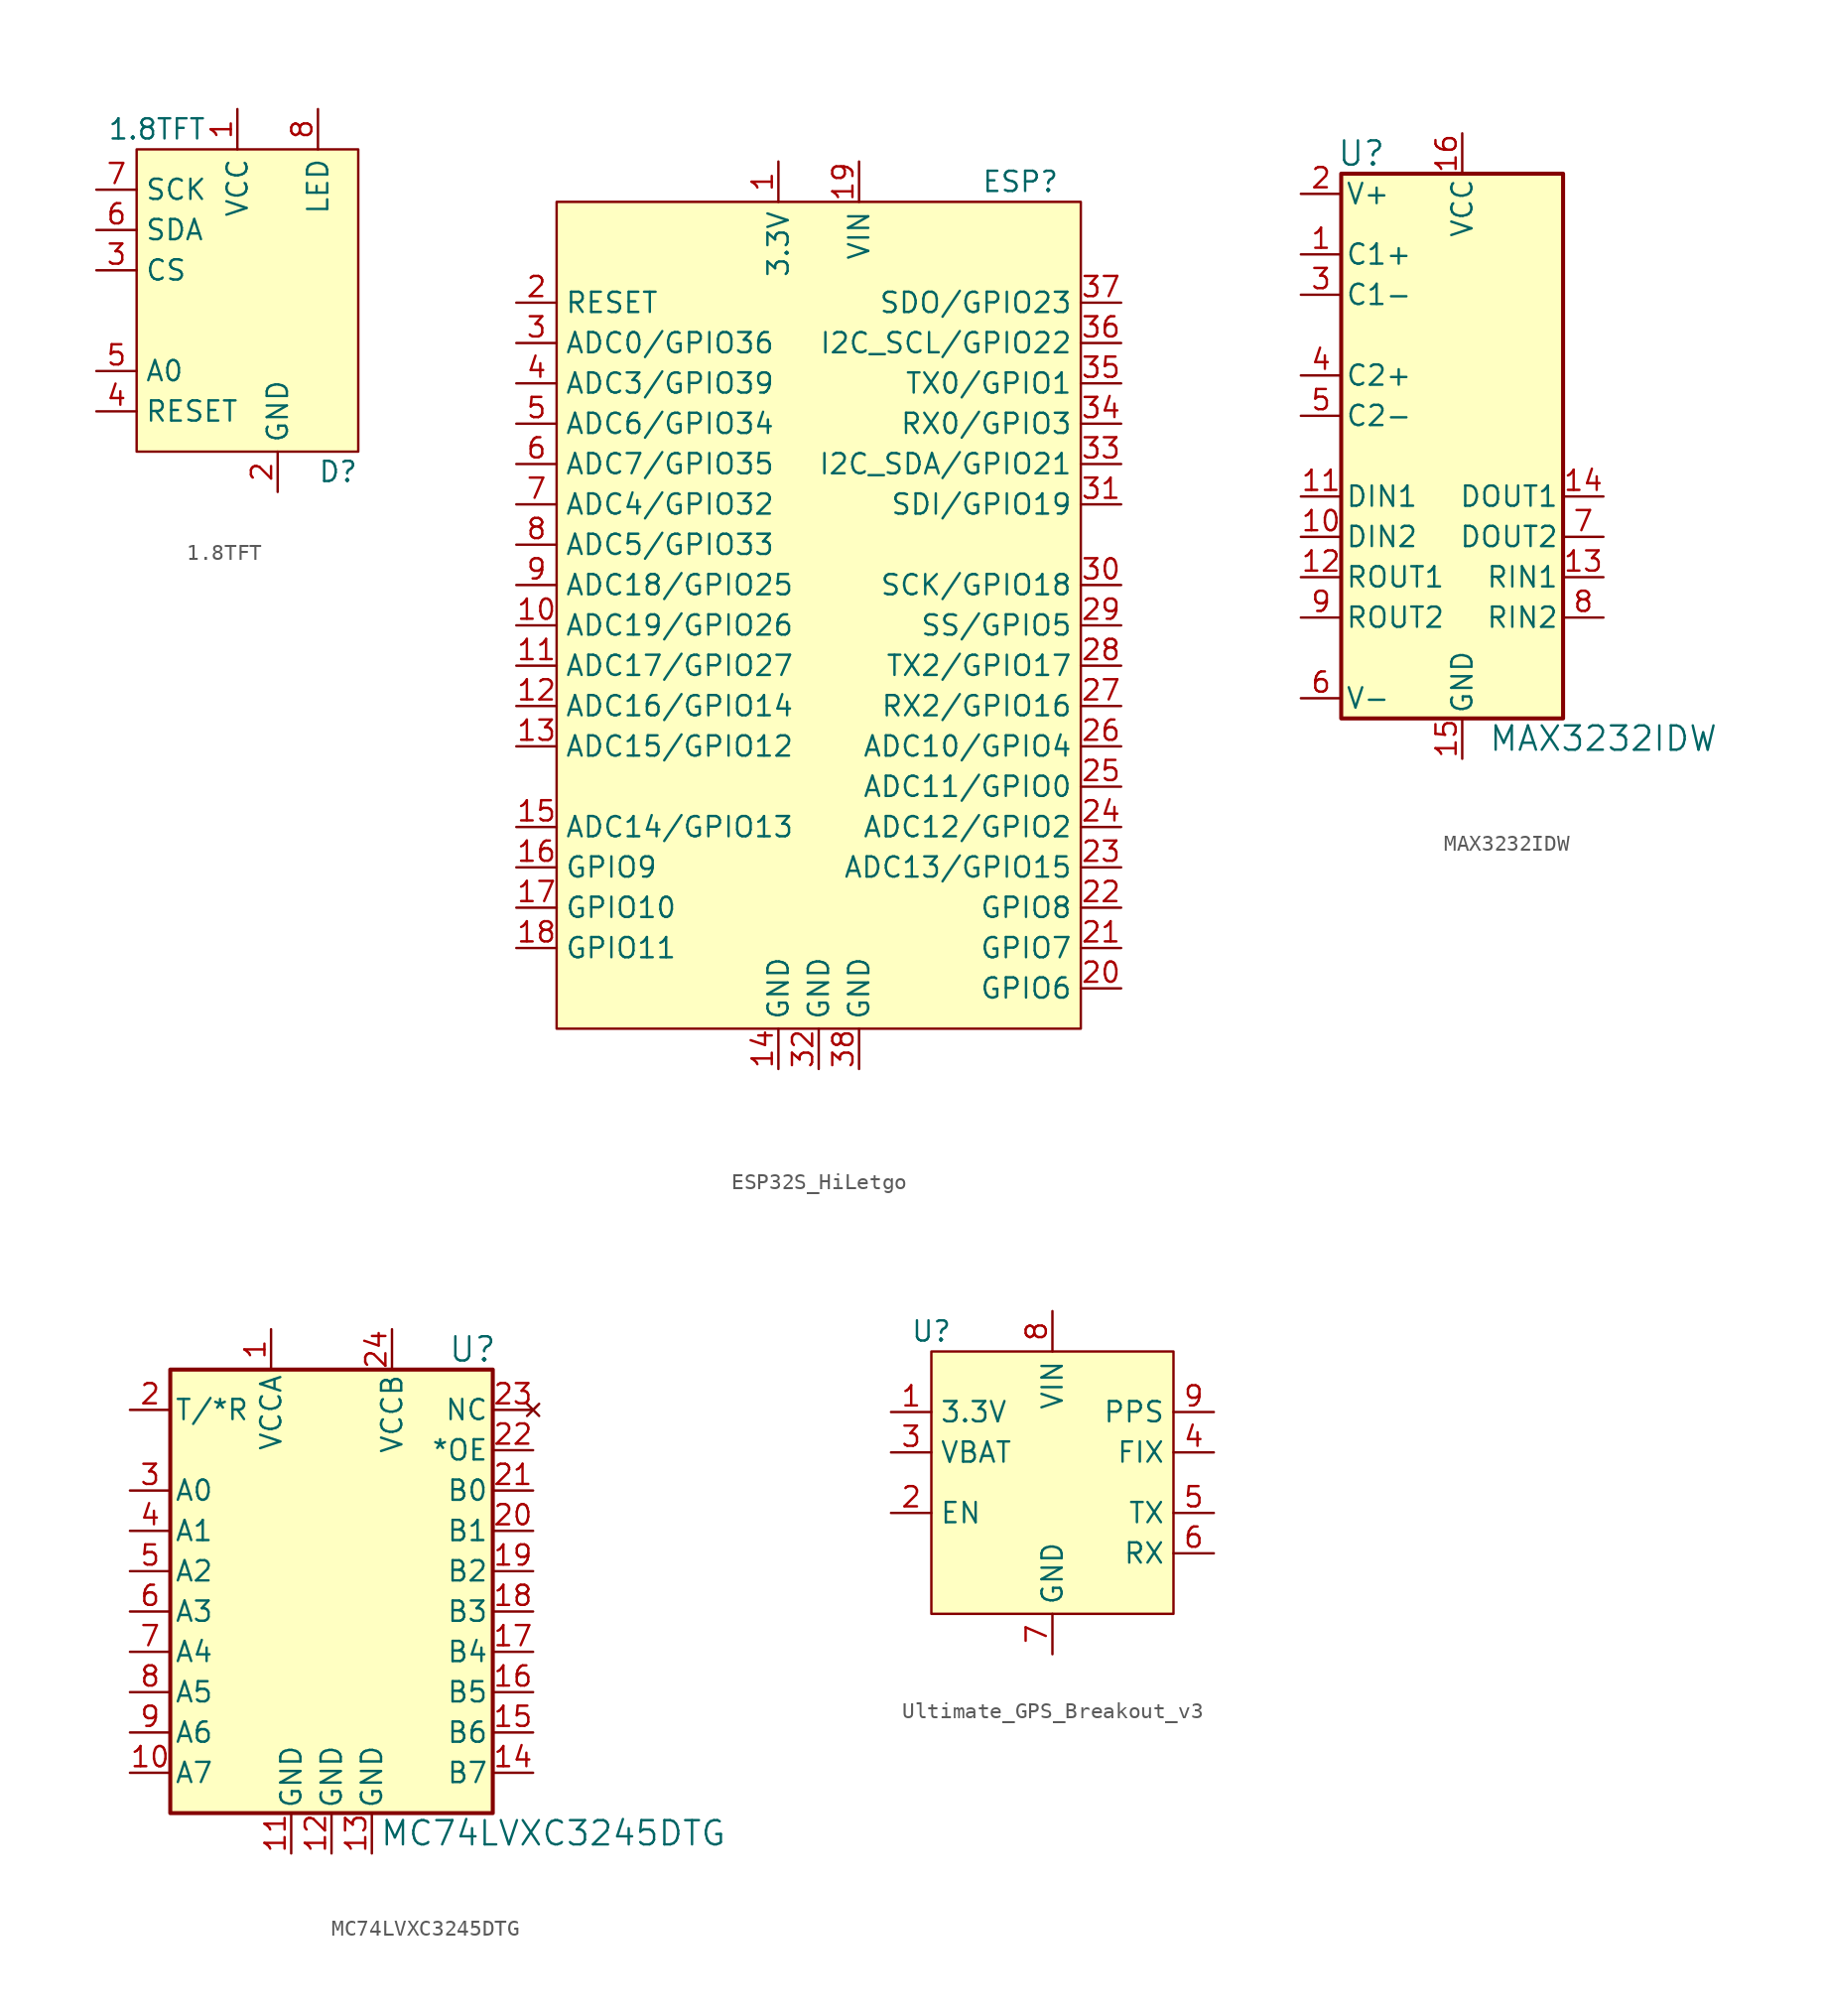
<source format=kicad_sym>
(kicad_symbol_lib
  (version 20220914)
  (generator kicad_symbol_editor)
  (symbol "1.8TFT"
    (property "Reference" "D"
      (at 5.08 -10.16 0)
      (effects (font (size 1.27 1.27))))
    (property "Value" "1.8TFT"
      (at -6.35 11.43 0)
      (effects (font (size 1.27 1.27))))
    (symbol "1.8TFT_0_1"
      (rectangle (start -7.62 10.16) (end 6.35 -8.89) (stroke (width 0) (type default)) (fill (type background))))
    (symbol "1.8TFT_1_1"
      (pin input line (at -1.27 12.7 270) (length 2.54) (name "VCC" (effects (font (size 1.27 1.27)))) (number "1" (effects (font (size 1.27 1.27)))))
      (pin input line (at 1.27 -11.43 90) (length 2.54) (name "GND" (effects (font (size 1.27 1.27)))) (number "2" (effects (font (size 1.27 1.27)))))
      (pin input line (at -10.16 2.54 0) (length 2.54) (name "CS" (effects (font (size 1.27 1.27)))) (number "3" (effects (font (size 1.27 1.27)))))
      (pin input line (at -10.16 -6.35 0) (length 2.54) (name "RESET" (effects (font (size 1.27 1.27)))) (number "4" (effects (font (size 1.27 1.27)))))
      (pin input line (at -10.16 -3.81 0) (length 2.54) (name "A0" (effects (font (size 1.27 1.27)))) (number "5" (effects (font (size 1.27 1.27)))))
      (pin input line (at -10.16 5.08 0) (length 2.54) (name "SDA" (effects (font (size 1.27 1.27)))) (number "6" (effects (font (size 1.27 1.27)))))
      (pin input line (at -10.16 7.62 0) (length 2.54) (name "SCK" (effects (font (size 1.27 1.27)))) (number "7" (effects (font (size 1.27 1.27)))))
      (pin input line (at 3.81 12.7 270) (length 2.54) (name "LED" (effects (font (size 1.27 1.27)))) (number "8" (effects (font (size 1.27 1.27)))))))
  (symbol "ESP32S_HiLetgo"
    (property "Reference" "ESP"
      (at 12.7 25.4 0)
      (effects (font (size 1.27 1.27))))
    (property "Value" ""
      (at 0 0 0)
      (effects (font (size 1.27 1.27))))
    (symbol "ESP32S_HiLetgo_0_0"
      (pin input line (at -19.05 17.78 0) (length 2.54) (name "RESET" (effects (font (size 1.27 1.27)))) (number "2" (effects (font (size 1.27 1.27)))))
      (pin bidirectional line (at -19.05 15.24 0) (length 2.54) (name "ADC0/GPIO36" (effects (font (size 1.27 1.27)))) (number "3" (effects (font (size 1.27 1.27)))))
      (pin bidirectional line (at -19.05 12.7 0) (length 2.54) (name "ADC3/GPIO39" (effects (font (size 1.27 1.27)))) (number "4" (effects (font (size 1.27 1.27)))))
      (pin bidirectional line (at -19.05 10.16 0) (length 2.54) (name "ADC6/GPIO34" (effects (font (size 1.27 1.27)))) (number "5" (effects (font (size 1.27 1.27)))))
      (pin bidirectional line (at -19.05 7.62 0) (length 2.54) (name "ADC7/GPIO35" (effects (font (size 1.27 1.27)))) (number "6" (effects (font (size 1.27 1.27))))))
    (symbol "ESP32S_HiLetgo_1_0"
      (pin power_out line (at -2.54 26.67 270) (length 2.54) (name "3.3V" (effects (font (size 1.27 1.27)))) (number "1" (effects (font (size 1.27 1.27)))))
      (pin bidirectional line (at -19.05 -2.54 0) (length 2.54) (name "ADC19/GPIO26" (effects (font (size 1.27 1.27)))) (number "10" (effects (font (size 1.27 1.27)))))
      (pin bidirectional line (at -19.05 -5.08 0) (length 2.54) (name "ADC17/GPIO27" (effects (font (size 1.27 1.27)))) (number "11" (effects (font (size 1.27 1.27)))))
      (pin bidirectional line (at -19.05 -7.62 0) (length 2.54) (name "ADC16/GPIO14" (effects (font (size 1.27 1.27)))) (number "12" (effects (font (size 1.27 1.27)))))
      (pin bidirectional line (at -19.05 -10.16 0) (length 2.54) (name "ADC15/GPIO12" (effects (font (size 1.27 1.27)))) (number "13" (effects (font (size 1.27 1.27)))))
      (pin power_in line (at -2.54 -30.48 90) (length 2.54) (name "GND" (effects (font (size 1.27 1.27)))) (number "14" (effects (font (size 1.27 1.27)))))
      (pin bidirectional line (at -19.05 -15.24 0) (length 2.54) (name "ADC14/GPIO13" (effects (font (size 1.27 1.27)))) (number "15" (effects (font (size 1.27 1.27)))))
      (pin bidirectional line (at -19.05 -17.78 0) (length 2.54) (name "GPIO9" (effects (font (size 1.27 1.27)))) (number "16" (effects (font (size 1.27 1.27)))))
      (pin bidirectional line (at -19.05 -20.32 0) (length 2.54) (name "GPIO10" (effects (font (size 1.27 1.27)))) (number "17" (effects (font (size 1.27 1.27)))))
      (pin bidirectional line (at -19.05 -22.86 0) (length 2.54) (name "GPIO11" (effects (font (size 1.27 1.27)))) (number "18" (effects (font (size 1.27 1.27)))))
      (pin power_in line (at 2.54 26.67 270) (length 2.54) (name "VIN" (effects (font (size 1.27 1.27)))) (number "19" (effects (font (size 1.27 1.27)))))
      (pin bidirectional line (at 19.05 -25.4 180) (length 2.54) (name "GPIO6" (effects (font (size 1.27 1.27)))) (number "20" (effects (font (size 1.27 1.27)))))
      (pin bidirectional line (at 19.05 -22.86 180) (length 2.54) (name "GPIO7" (effects (font (size 1.27 1.27)))) (number "21" (effects (font (size 1.27 1.27)))))
      (pin bidirectional line (at 19.05 -20.32 180) (length 2.54) (name "GPIO8" (effects (font (size 1.27 1.27)))) (number "22" (effects (font (size 1.27 1.27)))))
      (pin bidirectional line (at 19.05 -17.78 180) (length 2.54) (name "ADC13/GPIO15" (effects (font (size 1.27 1.27)))) (number "23" (effects (font (size 1.27 1.27)))))
      (pin bidirectional line (at 19.05 -15.24 180) (length 2.54) (name "ADC12/GPIO2" (effects (font (size 1.27 1.27)))) (number "24" (effects (font (size 1.27 1.27)))))
      (pin bidirectional line (at 19.05 -12.7 180) (length 2.54) (name "ADC11/GPIO0" (effects (font (size 1.27 1.27)))) (number "25" (effects (font (size 1.27 1.27)))))
      (pin bidirectional line (at 19.05 -10.16 180) (length 2.54) (name "ADC10/GPIO4" (effects (font (size 1.27 1.27)))) (number "26" (effects (font (size 1.27 1.27)))))
      (pin bidirectional line (at 19.05 -7.62 180) (length 2.54) (name "RX2/GPIO16" (effects (font (size 1.27 1.27)))) (number "27" (effects (font (size 1.27 1.27)))))
      (pin bidirectional line (at 19.05 -5.08 180) (length 2.54) (name "TX2/GPIO17" (effects (font (size 1.27 1.27)))) (number "28" (effects (font (size 1.27 1.27)))))
      (pin bidirectional line (at 19.05 -2.54 180) (length 2.54) (name "SS/GPIO5" (effects (font (size 1.27 1.27)))) (number "29" (effects (font (size 1.27 1.27)))))
      (pin bidirectional line (at 19.05 0 180) (length 2.54) (name "SCK/GPIO18" (effects (font (size 1.27 1.27)))) (number "30" (effects (font (size 1.27 1.27)))))
      (pin bidirectional line (at 19.05 5.08 180) (length 2.54) (name "SDI/GPIO19" (effects (font (size 1.27 1.27)))) (number "31" (effects (font (size 1.27 1.27)))))
      (pin power_in line (at 0 -30.48 90) (length 2.54) (name "GND" (effects (font (size 1.27 1.27)))) (number "32" (effects (font (size 1.27 1.27)))))
      (pin bidirectional line (at 19.05 7.62 180) (length 2.54) (name "I2C_SDA/GPIO21" (effects (font (size 1.27 1.27)))) (number "33" (effects (font (size 1.27 1.27)))))
      (pin bidirectional line (at 19.05 10.16 180) (length 2.54) (name "RX0/GPIO3" (effects (font (size 1.27 1.27)))) (number "34" (effects (font (size 1.27 1.27)))))
      (pin bidirectional line (at 19.05 12.7 180) (length 2.54) (name "TX0/GPIO1" (effects (font (size 1.27 1.27)))) (number "35" (effects (font (size 1.27 1.27)))))
      (pin bidirectional line (at 19.05 15.24 180) (length 2.54) (name "I2C_SCL/GPIO22" (effects (font (size 1.27 1.27)))) (number "36" (effects (font (size 1.27 1.27)))))
      (pin bidirectional line (at 19.05 17.78 180) (length 2.54) (name "SDO/GPIO23" (effects (font (size 1.27 1.27)))) (number "37" (effects (font (size 1.27 1.27)))))
      (pin power_in line (at 2.54 -30.48 90) (length 2.54) (name "GND" (effects (font (size 1.27 1.27)))) (number "38" (effects (font (size 1.27 1.27)))))
      (pin bidirectional line (at -19.05 5.08 0) (length 2.54) (name "ADC4/GPIO32" (effects (font (size 1.27 1.27)))) (number "7" (effects (font (size 1.27 1.27)))))
      (pin bidirectional line (at -19.05 2.54 0) (length 2.54) (name "ADC5/GPIO33" (effects (font (size 1.27 1.27)))) (number "8" (effects (font (size 1.27 1.27)))))
      (pin bidirectional line (at -19.05 0 0) (length 2.54) (name "ADC18/GPIO25" (effects (font (size 1.27 1.27)))) (number "9" (effects (font (size 1.27 1.27))))))
    (symbol "ESP32S_HiLetgo_1_1"
      (rectangle (start -16.51 24.13) (end 16.51 -27.94) (stroke (width 0) (type default)) (fill (type background)))))
  (symbol "MAX3232IDW"
    (pin_names
      (offset 0.254))
    (property "Reference" "U"
      (at 3.81 3.81 0)
      (effects (font (size 1.524 1.524))))
    (property "Value" "MAX3232IDW"
      (at 19.05 -33.02 0)
      (effects (font (size 1.524 1.524))))
    (property "Datasheet" ""
      (at 0 -2.54 0)
      (effects (font (size 1.524 1.524))))
    (symbol "MAX3232IDW_1_1"
      (rectangle (start 2.54 2.54) (end 16.51 -31.75) (stroke (width 0.254) (type default)) (fill (type background)))
      (pin bidirectional line (at 0 -2.54 0) (length 2.54) (name "C1+" (effects (font (size 1.27 1.27)))) (number "1" (effects (font (size 1.27 1.27)))))
      (pin input line (at 0 -20.32 0) (length 2.54) (name "DIN2" (effects (font (size 1.27 1.27)))) (number "10" (effects (font (size 1.27 1.27)))))
      (pin input line (at 0 -17.78 0) (length 2.54) (name "DIN1" (effects (font (size 1.27 1.27)))) (number "11" (effects (font (size 1.27 1.27)))))
      (pin output line (at 0 -22.86 0) (length 2.54) (name "ROUT1" (effects (font (size 1.27 1.27)))) (number "12" (effects (font (size 1.27 1.27)))))
      (pin input line (at 19.05 -22.86 180) (length 2.54) (name "RIN1" (effects (font (size 1.27 1.27)))) (number "13" (effects (font (size 1.27 1.27)))))
      (pin output line (at 19.05 -17.78 180) (length 2.54) (name "DOUT1" (effects (font (size 1.27 1.27)))) (number "14" (effects (font (size 1.27 1.27)))))
      (pin power_in line (at 10.16 -34.29 90) (length 2.54) (name "GND" (effects (font (size 1.27 1.27)))) (number "15" (effects (font (size 1.27 1.27)))))
      (pin power_in line (at 10.16 5.08 270) (length 2.54) (name "VCC" (effects (font (size 1.27 1.27)))) (number "16" (effects (font (size 1.27 1.27)))))
      (pin bidirectional line (at 0 1.27 0) (length 2.54) (name "V+" (effects (font (size 1.27 1.27)))) (number "2" (effects (font (size 1.27 1.27)))))
      (pin bidirectional line (at 0 -5.08 0) (length 2.54) (name "C1-" (effects (font (size 1.27 1.27)))) (number "3" (effects (font (size 1.27 1.27)))))
      (pin bidirectional line (at 0 -10.16 0) (length 2.54) (name "C2+" (effects (font (size 1.27 1.27)))) (number "4" (effects (font (size 1.27 1.27)))))
      (pin bidirectional line (at 0 -12.7 0) (length 2.54) (name "C2-" (effects (font (size 1.27 1.27)))) (number "5" (effects (font (size 1.27 1.27)))))
      (pin bidirectional line (at 0 -30.48 0) (length 2.54) (name "V-" (effects (font (size 1.27 1.27)))) (number "6" (effects (font (size 1.27 1.27)))))
      (pin output line (at 19.05 -20.32 180) (length 2.54) (name "DOUT2" (effects (font (size 1.27 1.27)))) (number "7" (effects (font (size 1.27 1.27)))))
      (pin input line (at 19.05 -25.4 180) (length 2.54) (name "RIN2" (effects (font (size 1.27 1.27)))) (number "8" (effects (font (size 1.27 1.27)))))
      (pin output line (at 0 -25.4 0) (length 2.54) (name "ROUT2" (effects (font (size 1.27 1.27)))) (number "9" (effects (font (size 1.27 1.27)))))))
  (symbol "MC74LVXC3245DTG"
    (pin_names
      (offset 0.254))
    (property "Reference" "U"
      (at 8.89 15.24 0)
      (effects (font (size 1.524 1.524))))
    (property "Value" "MC74LVXC3245DTG"
      (at 13.97 -15.24 0)
      (effects (font (size 1.524 1.524))))
    (property "Datasheet" ""
      (at -9.525 1.27 0)
      (effects (font (size 1.524 1.524))))
    (symbol "MC74LVXC3245DTG_1_1"
      (rectangle (start -10.16 13.97) (end 10.16 -13.97) (stroke (width 0.254) (type default)) (fill (type background)))
      (pin power_in line (at -3.81 16.51 270) (length 2.54) (name "VCCA" (effects (font (size 1.27 1.27)))) (number "1" (effects (font (size 1.27 1.27)))))
      (pin bidirectional line (at -12.7 -11.43 0) (length 2.54) (name "A7" (effects (font (size 1.27 1.27)))) (number "10" (effects (font (size 1.27 1.27)))))
      (pin power_in line (at -2.54 -16.51 90) (length 2.54) (name "GND" (effects (font (size 1.27 1.27)))) (number "11" (effects (font (size 1.27 1.27)))))
      (pin power_in line (at 0 -16.51 90) (length 2.54) (name "GND" (effects (font (size 1.27 1.27)))) (number "12" (effects (font (size 1.27 1.27)))))
      (pin power_in line (at 2.54 -16.51 90) (length 2.54) (name "GND" (effects (font (size 1.27 1.27)))) (number "13" (effects (font (size 1.27 1.27)))))
      (pin bidirectional line (at 12.7 -11.43 180) (length 2.54) (name "B7" (effects (font (size 1.27 1.27)))) (number "14" (effects (font (size 1.27 1.27)))))
      (pin bidirectional line (at 12.7 -8.89 180) (length 2.54) (name "B6" (effects (font (size 1.27 1.27)))) (number "15" (effects (font (size 1.27 1.27)))))
      (pin bidirectional line (at 12.7 -6.35 180) (length 2.54) (name "B5" (effects (font (size 1.27 1.27)))) (number "16" (effects (font (size 1.27 1.27)))))
      (pin bidirectional line (at 12.7 -3.81 180) (length 2.54) (name "B4" (effects (font (size 1.27 1.27)))) (number "17" (effects (font (size 1.27 1.27)))))
      (pin bidirectional line (at 12.7 -1.27 180) (length 2.54) (name "B3" (effects (font (size 1.27 1.27)))) (number "18" (effects (font (size 1.27 1.27)))))
      (pin bidirectional line (at 12.7 1.27 180) (length 2.54) (name "B2" (effects (font (size 1.27 1.27)))) (number "19" (effects (font (size 1.27 1.27)))))
      (pin input line (at -12.7 11.43 0) (length 2.54) (name "T/*R" (effects (font (size 1.27 1.27)))) (number "2" (effects (font (size 1.27 1.27)))))
      (pin bidirectional line (at 12.7 3.81 180) (length 2.54) (name "B1" (effects (font (size 1.27 1.27)))) (number "20" (effects (font (size 1.27 1.27)))))
      (pin bidirectional line (at 12.7 6.35 180) (length 2.54) (name "B0" (effects (font (size 1.27 1.27)))) (number "21" (effects (font (size 1.27 1.27)))))
      (pin bidirectional line (at 12.7 8.89 180) (length 2.54) (name "*OE" (effects (font (size 1.27 1.27)))) (number "22" (effects (font (size 1.27 1.27)))))
      (pin no_connect line (at 12.7 11.43 180) (length 2.54) (name "NC" (effects (font (size 1.27 1.27)))) (number "23" (effects (font (size 1.27 1.27)))))
      (pin power_in line (at 3.81 16.51 270) (length 2.54) (name "VCCB" (effects (font (size 1.27 1.27)))) (number "24" (effects (font (size 1.27 1.27)))))
      (pin bidirectional line (at -12.7 6.35 0) (length 2.54) (name "A0" (effects (font (size 1.27 1.27)))) (number "3" (effects (font (size 1.27 1.27)))))
      (pin bidirectional line (at -12.7 3.81 0) (length 2.54) (name "A1" (effects (font (size 1.27 1.27)))) (number "4" (effects (font (size 1.27 1.27)))))
      (pin bidirectional line (at -12.7 1.27 0) (length 2.54) (name "A2" (effects (font (size 1.27 1.27)))) (number "5" (effects (font (size 1.27 1.27)))))
      (pin bidirectional line (at -12.7 -1.27 0) (length 2.54) (name "A3" (effects (font (size 1.27 1.27)))) (number "6" (effects (font (size 1.27 1.27)))))
      (pin bidirectional line (at -12.7 -3.81 0) (length 2.54) (name "A4" (effects (font (size 1.27 1.27)))) (number "7" (effects (font (size 1.27 1.27)))))
      (pin bidirectional line (at -12.7 -6.35 0) (length 2.54) (name "A5" (effects (font (size 1.27 1.27)))) (number "8" (effects (font (size 1.27 1.27)))))
      (pin bidirectional line (at -12.7 -8.89 0) (length 2.54) (name "A6" (effects (font (size 1.27 1.27)))) (number "9" (effects (font (size 1.27 1.27)))))))
  (symbol "Ultimate_GPS_Breakout_v3"
    (property "Reference" "U"
      (at -7.62 8.89 0)
      (effects (font (size 1.27 1.27))))
    (property "Value" ""
      (at 2.54 -1.27 0)
      (effects (font (size 1.27 1.27))))
    (symbol "Ultimate_GPS_Breakout_v3_1_1"
      (rectangle (start -7.62 7.62) (end 7.62 -8.89) (stroke (width 0) (type default)) (fill (type background)))
      (pin power_out line (at -10.16 3.81 0) (length 2.54) (name "3.3V" (effects (font (size 1.27 1.27)))) (number "1" (effects (font (size 1.27 1.27)))))
      (pin input line (at -10.16 -2.54 0) (length 2.54) (name "EN" (effects (font (size 1.27 1.27)))) (number "2" (effects (font (size 1.27 1.27)))))
      (pin power_in line (at -10.16 1.27 0) (length 2.54) (name "VBAT" (effects (font (size 1.27 1.27)))) (number "3" (effects (font (size 1.27 1.27)))))
      (pin output line (at 10.16 1.27 180) (length 2.54) (name "FIX" (effects (font (size 1.27 1.27)))) (number "4" (effects (font (size 1.27 1.27)))))
      (pin output line (at 10.16 -2.54 180) (length 2.54) (name "TX" (effects (font (size 1.27 1.27)))) (number "5" (effects (font (size 1.27 1.27)))))
      (pin input line (at 10.16 -5.08 180) (length 2.54) (name "RX" (effects (font (size 1.27 1.27)))) (number "6" (effects (font (size 1.27 1.27)))))
      (pin power_in line (at 0 -11.43 90) (length 2.54) (name "GND" (effects (font (size 1.27 1.27)))) (number "7" (effects (font (size 1.27 1.27)))))
      (pin power_in line (at 0 10.16 270) (length 2.54) (name "VIN" (effects (font (size 1.27 1.27)))) (number "8" (effects (font (size 1.27 1.27)))))
      (pin output line (at 10.16 3.81 180) (length 2.54) (name "PPS" (effects (font (size 1.27 1.27)))) (number "9" (effects (font (size 1.27 1.27))))))))
</source>
